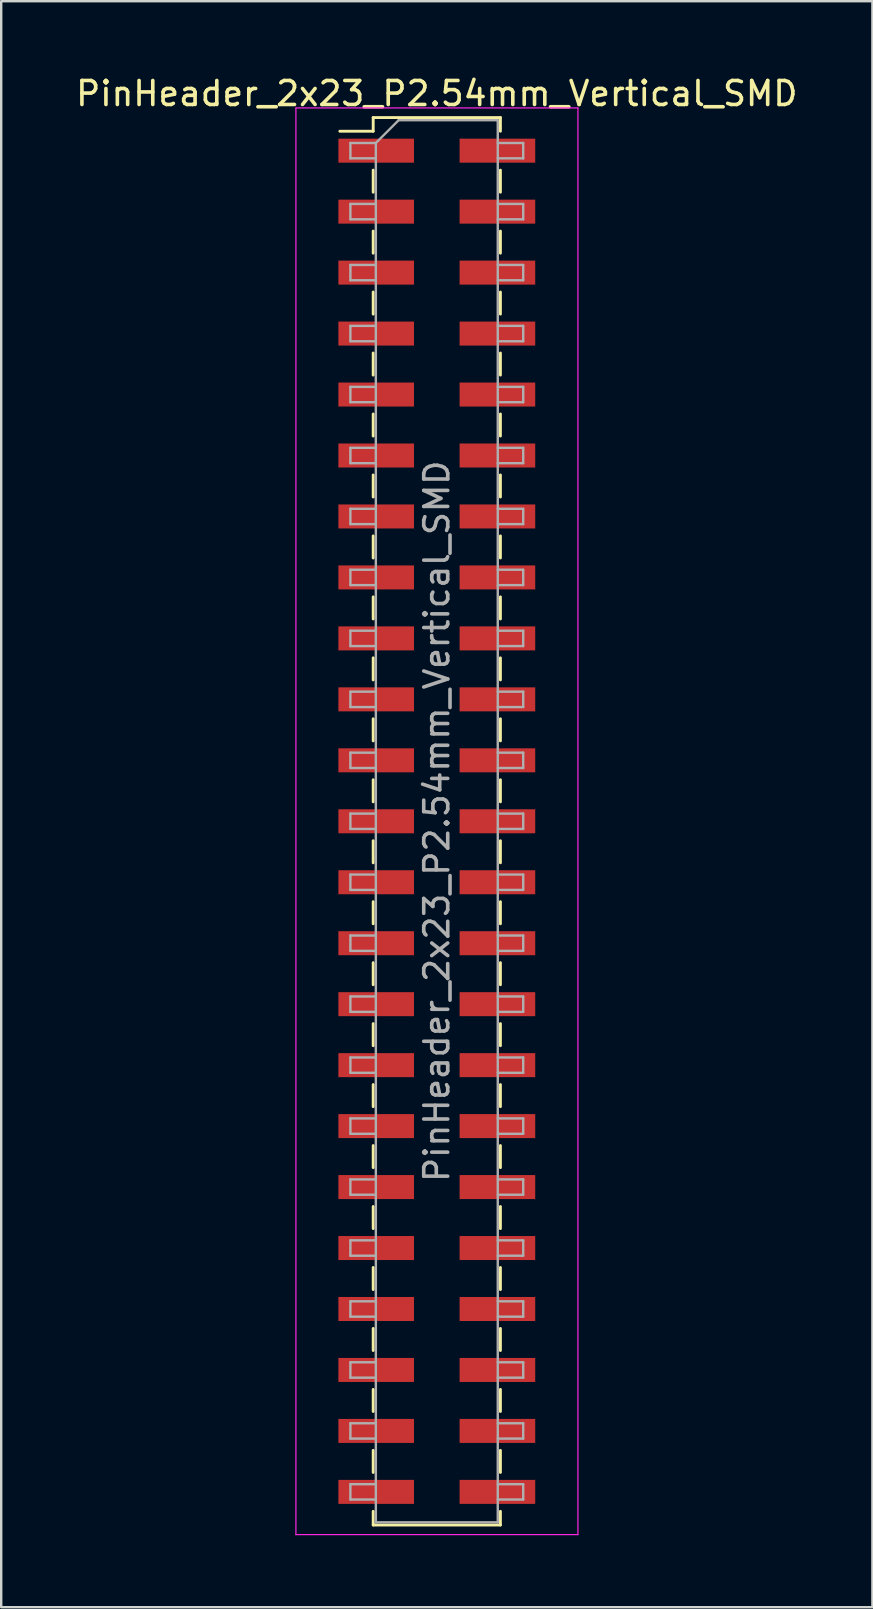
<source format=kicad_pcb>
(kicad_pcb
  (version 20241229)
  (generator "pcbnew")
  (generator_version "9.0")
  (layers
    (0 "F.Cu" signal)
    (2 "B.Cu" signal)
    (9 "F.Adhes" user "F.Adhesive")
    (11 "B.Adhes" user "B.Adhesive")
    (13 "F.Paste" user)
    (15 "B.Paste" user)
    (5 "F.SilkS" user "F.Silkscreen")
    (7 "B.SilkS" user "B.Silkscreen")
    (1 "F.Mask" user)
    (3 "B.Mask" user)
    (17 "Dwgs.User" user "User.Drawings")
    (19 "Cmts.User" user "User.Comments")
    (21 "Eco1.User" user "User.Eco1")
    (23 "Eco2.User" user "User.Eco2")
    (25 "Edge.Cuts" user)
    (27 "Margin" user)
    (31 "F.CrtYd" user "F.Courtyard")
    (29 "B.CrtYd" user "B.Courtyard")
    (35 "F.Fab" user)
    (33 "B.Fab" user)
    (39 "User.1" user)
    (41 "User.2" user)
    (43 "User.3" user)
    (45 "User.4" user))
  (footprint "PinHeader_2x23_P2.54mm_Vertical_SMD"
    (layer "F.Cu")
    (at 15.149 31.168)
    (property "Reference" "PinHeader_2x23_P2.54mm_Vertical_SMD" (at 0 -30.32 0) (layer "F.SilkS") (effects (font (size 1 1) (thickness 0.15))))
    (attr smd)
    (fp_line (start -4.04 -28.75) (end -2.65 -28.75) (stroke (width 0.12) (type solid)) (layer "F.SilkS"))
    (fp_line (start -2.65 -29.32) (end -2.65 -28.75) (stroke (width 0.12) (type solid)) (layer "F.SilkS"))
    (fp_line (start -2.65 -29.32) (end 2.65 -29.32) (stroke (width 0.12) (type solid)) (layer "F.SilkS"))
    (fp_line (start -2.65 -27.13) (end -2.65 -26.21) (stroke (width 0.12) (type solid)) (layer "F.SilkS"))
    (fp_line (start -2.65 -24.59) (end -2.65 -23.67) (stroke (width 0.12) (type solid)) (layer "F.SilkS"))
    (fp_line (start -2.65 -22.05) (end -2.65 -21.13) (stroke (width 0.12) (type solid)) (layer "F.SilkS"))
    (fp_line (start -2.65 -19.51) (end -2.65 -18.59) (stroke (width 0.12) (type solid)) (layer "F.SilkS"))
    (fp_line (start -2.65 -16.97) (end -2.65 -16.05) (stroke (width 0.12) (type solid)) (layer "F.SilkS"))
    (fp_line (start -2.65 -14.43) (end -2.65 -13.51) (stroke (width 0.12) (type solid)) (layer "F.SilkS"))
    (fp_line (start -2.65 -11.89) (end -2.65 -10.97) (stroke (width 0.12) (type solid)) (layer "F.SilkS"))
    (fp_line (start -2.65 -9.35) (end -2.65 -8.43) (stroke (width 0.12) (type solid)) (layer "F.SilkS"))
    (fp_line (start -2.65 -6.81) (end -2.65 -5.89) (stroke (width 0.12) (type solid)) (layer "F.SilkS"))
    (fp_line (start -2.65 -4.27) (end -2.65 -3.35) (stroke (width 0.12) (type solid)) (layer "F.SilkS"))
    (fp_line (start -2.65 -1.73) (end -2.65 -0.81) (stroke (width 0.12) (type solid)) (layer "F.SilkS"))
    (fp_line (start -2.65 0.81) (end -2.65 1.73) (stroke (width 0.12) (type solid)) (layer "F.SilkS"))
    (fp_line (start -2.65 3.35) (end -2.65 4.27) (stroke (width 0.12) (type solid)) (layer "F.SilkS"))
    (fp_line (start -2.65 5.89) (end -2.65 6.81) (stroke (width 0.12) (type solid)) (layer "F.SilkS"))
    (fp_line (start -2.65 8.43) (end -2.65 9.35) (stroke (width 0.12) (type solid)) (layer "F.SilkS"))
    (fp_line (start -2.65 10.97) (end -2.65 11.89) (stroke (width 0.12) (type solid)) (layer "F.SilkS"))
    (fp_line (start -2.65 13.51) (end -2.65 14.43) (stroke (width 0.12) (type solid)) (layer "F.SilkS"))
    (fp_line (start -2.65 16.05) (end -2.65 16.97) (stroke (width 0.12) (type solid)) (layer "F.SilkS"))
    (fp_line (start -2.65 18.59) (end -2.65 19.51) (stroke (width 0.12) (type solid)) (layer "F.SilkS"))
    (fp_line (start -2.65 21.13) (end -2.65 22.05) (stroke (width 0.12) (type solid)) (layer "F.SilkS"))
    (fp_line (start -2.65 23.67) (end -2.65 24.59) (stroke (width 0.12) (type solid)) (layer "F.SilkS"))
    (fp_line (start -2.65 26.21) (end -2.65 27.13) (stroke (width 0.12) (type solid)) (layer "F.SilkS"))
    (fp_line (start -2.65 28.75) (end -2.65 29.32) (stroke (width 0.12) (type solid)) (layer "F.SilkS"))
    (fp_line (start -2.65 29.32) (end 2.65 29.32) (stroke (width 0.12) (type solid)) (layer "F.SilkS"))
    (fp_line (start 2.65 -29.32) (end 2.65 -28.75) (stroke (width 0.12) (type solid)) (layer "F.SilkS"))
    (fp_line (start 2.65 -27.13) (end 2.65 -26.21) (stroke (width 0.12) (type solid)) (layer "F.SilkS"))
    (fp_line (start 2.65 -24.59) (end 2.65 -23.67) (stroke (width 0.12) (type solid)) (layer "F.SilkS"))
    (fp_line (start 2.65 -22.05) (end 2.65 -21.13) (stroke (width 0.12) (type solid)) (layer "F.SilkS"))
    (fp_line (start 2.65 -19.51) (end 2.65 -18.59) (stroke (width 0.12) (type solid)) (layer "F.SilkS"))
    (fp_line (start 2.65 -16.97) (end 2.65 -16.05) (stroke (width 0.12) (type solid)) (layer "F.SilkS"))
    (fp_line (start 2.65 -14.43) (end 2.65 -13.51) (stroke (width 0.12) (type solid)) (layer "F.SilkS"))
    (fp_line (start 2.65 -11.89) (end 2.65 -10.97) (stroke (width 0.12) (type solid)) (layer "F.SilkS"))
    (fp_line (start 2.65 -9.35) (end 2.65 -8.43) (stroke (width 0.12) (type solid)) (layer "F.SilkS"))
    (fp_line (start 2.65 -6.81) (end 2.65 -5.89) (stroke (width 0.12) (type solid)) (layer "F.SilkS"))
    (fp_line (start 2.65 -4.27) (end 2.65 -3.35) (stroke (width 0.12) (type solid)) (layer "F.SilkS"))
    (fp_line (start 2.65 -1.73) (end 2.65 -0.81) (stroke (width 0.12) (type solid)) (layer "F.SilkS"))
    (fp_line (start 2.65 0.81) (end 2.65 1.73) (stroke (width 0.12) (type solid)) (layer "F.SilkS"))
    (fp_line (start 2.65 3.35) (end 2.65 4.27) (stroke (width 0.12) (type solid)) (layer "F.SilkS"))
    (fp_line (start 2.65 5.89) (end 2.65 6.81) (stroke (width 0.12) (type solid)) (layer "F.SilkS"))
    (fp_line (start 2.65 8.43) (end 2.65 9.35) (stroke (width 0.12) (type solid)) (layer "F.SilkS"))
    (fp_line (start 2.65 10.97) (end 2.65 11.89) (stroke (width 0.12) (type solid)) (layer "F.SilkS"))
    (fp_line (start 2.65 13.51) (end 2.65 14.43) (stroke (width 0.12) (type solid)) (layer "F.SilkS"))
    (fp_line (start 2.65 16.05) (end 2.65 16.97) (stroke (width 0.12) (type solid)) (layer "F.SilkS"))
    (fp_line (start 2.65 18.59) (end 2.65 19.51) (stroke (width 0.12) (type solid)) (layer "F.SilkS"))
    (fp_line (start 2.65 21.13) (end 2.65 22.05) (stroke (width 0.12) (type solid)) (layer "F.SilkS"))
    (fp_line (start 2.65 23.67) (end 2.65 24.59) (stroke (width 0.12) (type solid)) (layer "F.SilkS"))
    (fp_line (start 2.65 26.21) (end 2.65 27.13) (stroke (width 0.12) (type solid)) (layer "F.SilkS"))
    (fp_line (start 2.65 28.75) (end 2.65 29.32) (stroke (width 0.12) (type solid)) (layer "F.SilkS"))
    (fp_line (start -5.87 -29.72) (end -5.87 29.72) (stroke (width 0.05) (type solid)) (layer "F.CrtYd"))
    (fp_line (start -5.87 29.72) (end 5.88 29.72) (stroke (width 0.05) (type solid)) (layer "F.CrtYd"))
    (fp_line (start 5.88 -29.72) (end -5.87 -29.72) (stroke (width 0.05) (type solid)) (layer "F.CrtYd"))
    (fp_line (start 5.88 29.72) (end 5.88 -29.72) (stroke (width 0.05) (type solid)) (layer "F.CrtYd"))
    (fp_line (start -3.6 -28.26) (end -3.6 -27.62) (stroke (width 0.1) (type solid)) (layer "F.Fab"))
    (fp_line (start -3.6 -27.62) (end -2.54 -27.62) (stroke (width 0.1) (type solid)) (layer "F.Fab"))
    (fp_line (start -3.6 -25.72) (end -3.6 -25.08) (stroke (width 0.1) (type solid)) (layer "F.Fab"))
    (fp_line (start -3.6 -25.08) (end -2.54 -25.08) (stroke (width 0.1) (type solid)) (layer "F.Fab"))
    (fp_line (start -3.6 -23.18) (end -3.6 -22.54) (stroke (width 0.1) (type solid)) (layer "F.Fab"))
    (fp_line (start -3.6 -22.54) (end -2.54 -22.54) (stroke (width 0.1) (type solid)) (layer "F.Fab"))
    (fp_line (start -3.6 -20.64) (end -3.6 -20) (stroke (width 0.1) (type solid)) (layer "F.Fab"))
    (fp_line (start -3.6 -20) (end -2.54 -20) (stroke (width 0.1) (type solid)) (layer "F.Fab"))
    (fp_line (start -3.6 -18.1) (end -3.6 -17.46) (stroke (width 0.1) (type solid)) (layer "F.Fab"))
    (fp_line (start -3.6 -17.46) (end -2.54 -17.46) (stroke (width 0.1) (type solid)) (layer "F.Fab"))
    (fp_line (start -3.6 -15.56) (end -3.6 -14.92) (stroke (width 0.1) (type solid)) (layer "F.Fab"))
    (fp_line (start -3.6 -14.92) (end -2.54 -14.92) (stroke (width 0.1) (type solid)) (layer "F.Fab"))
    (fp_line (start -3.6 -13.02) (end -3.6 -12.38) (stroke (width 0.1) (type solid)) (layer "F.Fab"))
    (fp_line (start -3.6 -12.38) (end -2.54 -12.38) (stroke (width 0.1) (type solid)) (layer "F.Fab"))
    (fp_line (start -3.6 -10.48) (end -3.6 -9.84) (stroke (width 0.1) (type solid)) (layer "F.Fab"))
    (fp_line (start -3.6 -9.84) (end -2.54 -9.84) (stroke (width 0.1) (type solid)) (layer "F.Fab"))
    (fp_line (start -3.6 -7.94) (end -3.6 -7.3) (stroke (width 0.1) (type solid)) (layer "F.Fab"))
    (fp_line (start -3.6 -7.3) (end -2.54 -7.3) (stroke (width 0.1) (type solid)) (layer "F.Fab"))
    (fp_line (start -3.6 -5.4) (end -3.6 -4.76) (stroke (width 0.1) (type solid)) (layer "F.Fab"))
    (fp_line (start -3.6 -4.76) (end -2.54 -4.76) (stroke (width 0.1) (type solid)) (layer "F.Fab"))
    (fp_line (start -3.6 -2.86) (end -3.6 -2.22) (stroke (width 0.1) (type solid)) (layer "F.Fab"))
    (fp_line (start -3.6 -2.22) (end -2.54 -2.22) (stroke (width 0.1) (type solid)) (layer "F.Fab"))
    (fp_line (start -3.6 -0.32) (end -3.6 0.32) (stroke (width 0.1) (type solid)) (layer "F.Fab"))
    (fp_line (start -3.6 0.32) (end -2.54 0.32) (stroke (width 0.1) (type solid)) (layer "F.Fab"))
    (fp_line (start -3.6 2.22) (end -3.6 2.86) (stroke (width 0.1) (type solid)) (layer "F.Fab"))
    (fp_line (start -3.6 2.86) (end -2.54 2.86) (stroke (width 0.1) (type solid)) (layer "F.Fab"))
    (fp_line (start -3.6 4.76) (end -3.6 5.4) (stroke (width 0.1) (type solid)) (layer "F.Fab"))
    (fp_line (start -3.6 5.4) (end -2.54 5.4) (stroke (width 0.1) (type solid)) (layer "F.Fab"))
    (fp_line (start -3.6 7.3) (end -3.6 7.94) (stroke (width 0.1) (type solid)) (layer "F.Fab"))
    (fp_line (start -3.6 7.94) (end -2.54 7.94) (stroke (width 0.1) (type solid)) (layer "F.Fab"))
    (fp_line (start -3.6 9.84) (end -3.6 10.48) (stroke (width 0.1) (type solid)) (layer "F.Fab"))
    (fp_line (start -3.6 10.48) (end -2.54 10.48) (stroke (width 0.1) (type solid)) (layer "F.Fab"))
    (fp_line (start -3.6 12.38) (end -3.6 13.02) (stroke (width 0.1) (type solid)) (layer "F.Fab"))
    (fp_line (start -3.6 13.02) (end -2.54 13.02) (stroke (width 0.1) (type solid)) (layer "F.Fab"))
    (fp_line (start -3.6 14.92) (end -3.6 15.56) (stroke (width 0.1) (type solid)) (layer "F.Fab"))
    (fp_line (start -3.6 15.56) (end -2.54 15.56) (stroke (width 0.1) (type solid)) (layer "F.Fab"))
    (fp_line (start -3.6 17.46) (end -3.6 18.1) (stroke (width 0.1) (type solid)) (layer "F.Fab"))
    (fp_line (start -3.6 18.1) (end -2.54 18.1) (stroke (width 0.1) (type solid)) (layer "F.Fab"))
    (fp_line (start -3.6 20) (end -3.6 20.64) (stroke (width 0.1) (type solid)) (layer "F.Fab"))
    (fp_line (start -3.6 20.64) (end -2.54 20.64) (stroke (width 0.1) (type solid)) (layer "F.Fab"))
    (fp_line (start -3.6 22.54) (end -3.6 23.18) (stroke (width 0.1) (type solid)) (layer "F.Fab"))
    (fp_line (start -3.6 23.18) (end -2.54 23.18) (stroke (width 0.1) (type solid)) (layer "F.Fab"))
    (fp_line (start -3.6 25.08) (end -3.6 25.72) (stroke (width 0.1) (type solid)) (layer "F.Fab"))
    (fp_line (start -3.6 25.72) (end -2.54 25.72) (stroke (width 0.1) (type solid)) (layer "F.Fab"))
    (fp_line (start -3.6 27.62) (end -3.6 28.26) (stroke (width 0.1) (type solid)) (layer "F.Fab"))
    (fp_line (start -3.6 28.26) (end -2.54 28.26) (stroke (width 0.1) (type solid)) (layer "F.Fab"))
    (fp_line (start -2.54 -28.26) (end -3.6 -28.26) (stroke (width 0.1) (type solid)) (layer "F.Fab"))
    (fp_line (start -2.54 -28.26) (end -1.59 -29.21) (stroke (width 0.1) (type solid)) (layer "F.Fab"))
    (fp_line (start -2.54 -25.72) (end -3.6 -25.72) (stroke (width 0.1) (type solid)) (layer "F.Fab"))
    (fp_line (start -2.54 -23.18) (end -3.6 -23.18) (stroke (width 0.1) (type solid)) (layer "F.Fab"))
    (fp_line (start -2.54 -20.64) (end -3.6 -20.64) (stroke (width 0.1) (type solid)) (layer "F.Fab"))
    (fp_line (start -2.54 -18.1) (end -3.6 -18.1) (stroke (width 0.1) (type solid)) (layer "F.Fab"))
    (fp_line (start -2.54 -15.56) (end -3.6 -15.56) (stroke (width 0.1) (type solid)) (layer "F.Fab"))
    (fp_line (start -2.54 -13.02) (end -3.6 -13.02) (stroke (width 0.1) (type solid)) (layer "F.Fab"))
    (fp_line (start -2.54 -10.48) (end -3.6 -10.48) (stroke (width 0.1) (type solid)) (layer "F.Fab"))
    (fp_line (start -2.54 -7.94) (end -3.6 -7.94) (stroke (width 0.1) (type solid)) (layer "F.Fab"))
    (fp_line (start -2.54 -5.4) (end -3.6 -5.4) (stroke (width 0.1) (type solid)) (layer "F.Fab"))
    (fp_line (start -2.54 -2.86) (end -3.6 -2.86) (stroke (width 0.1) (type solid)) (layer "F.Fab"))
    (fp_line (start -2.54 -0.32) (end -3.6 -0.32) (stroke (width 0.1) (type solid)) (layer "F.Fab"))
    (fp_line (start -2.54 2.22) (end -3.6 2.22) (stroke (width 0.1) (type solid)) (layer "F.Fab"))
    (fp_line (start -2.54 4.76) (end -3.6 4.76) (stroke (width 0.1) (type solid)) (layer "F.Fab"))
    (fp_line (start -2.54 7.3) (end -3.6 7.3) (stroke (width 0.1) (type solid)) (layer "F.Fab"))
    (fp_line (start -2.54 9.84) (end -3.6 9.84) (stroke (width 0.1) (type solid)) (layer "F.Fab"))
    (fp_line (start -2.54 12.38) (end -3.6 12.38) (stroke (width 0.1) (type solid)) (layer "F.Fab"))
    (fp_line (start -2.54 14.92) (end -3.6 14.92) (stroke (width 0.1) (type solid)) (layer "F.Fab"))
    (fp_line (start -2.54 17.46) (end -3.6 17.46) (stroke (width 0.1) (type solid)) (layer "F.Fab"))
    (fp_line (start -2.54 20) (end -3.6 20) (stroke (width 0.1) (type solid)) (layer "F.Fab"))
    (fp_line (start -2.54 22.54) (end -3.6 22.54) (stroke (width 0.1) (type solid)) (layer "F.Fab"))
    (fp_line (start -2.54 25.08) (end -3.6 25.08) (stroke (width 0.1) (type solid)) (layer "F.Fab"))
    (fp_line (start -2.54 27.62) (end -3.6 27.62) (stroke (width 0.1) (type solid)) (layer "F.Fab"))
    (fp_line (start -2.54 29.21) (end -2.54 -28.26) (stroke (width 0.1) (type solid)) (layer "F.Fab"))
    (fp_line (start -1.59 -29.21) (end 2.54 -29.21) (stroke (width 0.1) (type solid)) (layer "F.Fab"))
    (fp_line (start 2.54 -29.21) (end 2.54 29.21) (stroke (width 0.1) (type solid)) (layer "F.Fab"))
    (fp_line (start 2.54 -28.26) (end 3.6 -28.26) (stroke (width 0.1) (type solid)) (layer "F.Fab"))
    (fp_line (start 2.54 -25.72) (end 3.6 -25.72) (stroke (width 0.1) (type solid)) (layer "F.Fab"))
    (fp_line (start 2.54 -23.18) (end 3.6 -23.18) (stroke (width 0.1) (type solid)) (layer "F.Fab"))
    (fp_line (start 2.54 -20.64) (end 3.6 -20.64) (stroke (width 0.1) (type solid)) (layer "F.Fab"))
    (fp_line (start 2.54 -18.1) (end 3.6 -18.1) (stroke (width 0.1) (type solid)) (layer "F.Fab"))
    (fp_line (start 2.54 -15.56) (end 3.6 -15.56) (stroke (width 0.1) (type solid)) (layer "F.Fab"))
    (fp_line (start 2.54 -13.02) (end 3.6 -13.02) (stroke (width 0.1) (type solid)) (layer "F.Fab"))
    (fp_line (start 2.54 -10.48) (end 3.6 -10.48) (stroke (width 0.1) (type solid)) (layer "F.Fab"))
    (fp_line (start 2.54 -7.94) (end 3.6 -7.94) (stroke (width 0.1) (type solid)) (layer "F.Fab"))
    (fp_line (start 2.54 -5.4) (end 3.6 -5.4) (stroke (width 0.1) (type solid)) (layer "F.Fab"))
    (fp_line (start 2.54 -2.86) (end 3.6 -2.86) (stroke (width 0.1) (type solid)) (layer "F.Fab"))
    (fp_line (start 2.54 -0.32) (end 3.6 -0.32) (stroke (width 0.1) (type solid)) (layer "F.Fab"))
    (fp_line (start 2.54 2.22) (end 3.6 2.22) (stroke (width 0.1) (type solid)) (layer "F.Fab"))
    (fp_line (start 2.54 4.76) (end 3.6 4.76) (stroke (width 0.1) (type solid)) (layer "F.Fab"))
    (fp_line (start 2.54 7.3) (end 3.6 7.3) (stroke (width 0.1) (type solid)) (layer "F.Fab"))
    (fp_line (start 2.54 9.84) (end 3.6 9.84) (stroke (width 0.1) (type solid)) (layer "F.Fab"))
    (fp_line (start 2.54 12.38) (end 3.6 12.38) (stroke (width 0.1) (type solid)) (layer "F.Fab"))
    (fp_line (start 2.54 14.92) (end 3.6 14.92) (stroke (width 0.1) (type solid)) (layer "F.Fab"))
    (fp_line (start 2.54 17.46) (end 3.6 17.46) (stroke (width 0.1) (type solid)) (layer "F.Fab"))
    (fp_line (start 2.54 20) (end 3.6 20) (stroke (width 0.1) (type solid)) (layer "F.Fab"))
    (fp_line (start 2.54 22.54) (end 3.6 22.54) (stroke (width 0.1) (type solid)) (layer "F.Fab"))
    (fp_line (start 2.54 25.08) (end 3.6 25.08) (stroke (width 0.1) (type solid)) (layer "F.Fab"))
    (fp_line (start 2.54 27.62) (end 3.6 27.62) (stroke (width 0.1) (type solid)) (layer "F.Fab"))
    (fp_line (start 2.54 29.21) (end -2.54 29.21) (stroke (width 0.1) (type solid)) (layer "F.Fab"))
    (fp_line (start 3.6 -28.26) (end 3.6 -27.62) (stroke (width 0.1) (type solid)) (layer "F.Fab"))
    (fp_line (start 3.6 -27.62) (end 2.54 -27.62) (stroke (width 0.1) (type solid)) (layer "F.Fab"))
    (fp_line (start 3.6 -25.72) (end 3.6 -25.08) (stroke (width 0.1) (type solid)) (layer "F.Fab"))
    (fp_line (start 3.6 -25.08) (end 2.54 -25.08) (stroke (width 0.1) (type solid)) (layer "F.Fab"))
    (fp_line (start 3.6 -23.18) (end 3.6 -22.54) (stroke (width 0.1) (type solid)) (layer "F.Fab"))
    (fp_line (start 3.6 -22.54) (end 2.54 -22.54) (stroke (width 0.1) (type solid)) (layer "F.Fab"))
    (fp_line (start 3.6 -20.64) (end 3.6 -20) (stroke (width 0.1) (type solid)) (layer "F.Fab"))
    (fp_line (start 3.6 -20) (end 2.54 -20) (stroke (width 0.1) (type solid)) (layer "F.Fab"))
    (fp_line (start 3.6 -18.1) (end 3.6 -17.46) (stroke (width 0.1) (type solid)) (layer "F.Fab"))
    (fp_line (start 3.6 -17.46) (end 2.54 -17.46) (stroke (width 0.1) (type solid)) (layer "F.Fab"))
    (fp_line (start 3.6 -15.56) (end 3.6 -14.92) (stroke (width 0.1) (type solid)) (layer "F.Fab"))
    (fp_line (start 3.6 -14.92) (end 2.54 -14.92) (stroke (width 0.1) (type solid)) (layer "F.Fab"))
    (fp_line (start 3.6 -13.02) (end 3.6 -12.38) (stroke (width 0.1) (type solid)) (layer "F.Fab"))
    (fp_line (start 3.6 -12.38) (end 2.54 -12.38) (stroke (width 0.1) (type solid)) (layer "F.Fab"))
    (fp_line (start 3.6 -10.48) (end 3.6 -9.84) (stroke (width 0.1) (type solid)) (layer "F.Fab"))
    (fp_line (start 3.6 -9.84) (end 2.54 -9.84) (stroke (width 0.1) (type solid)) (layer "F.Fab"))
    (fp_line (start 3.6 -7.94) (end 3.6 -7.3) (stroke (width 0.1) (type solid)) (layer "F.Fab"))
    (fp_line (start 3.6 -7.3) (end 2.54 -7.3) (stroke (width 0.1) (type solid)) (layer "F.Fab"))
    (fp_line (start 3.6 -5.4) (end 3.6 -4.76) (stroke (width 0.1) (type solid)) (layer "F.Fab"))
    (fp_line (start 3.6 -4.76) (end 2.54 -4.76) (stroke (width 0.1) (type solid)) (layer "F.Fab"))
    (fp_line (start 3.6 -2.86) (end 3.6 -2.22) (stroke (width 0.1) (type solid)) (layer "F.Fab"))
    (fp_line (start 3.6 -2.22) (end 2.54 -2.22) (stroke (width 0.1) (type solid)) (layer "F.Fab"))
    (fp_line (start 3.6 -0.32) (end 3.6 0.32) (stroke (width 0.1) (type solid)) (layer "F.Fab"))
    (fp_line (start 3.6 0.32) (end 2.54 0.32) (stroke (width 0.1) (type solid)) (layer "F.Fab"))
    (fp_line (start 3.6 2.22) (end 3.6 2.86) (stroke (width 0.1) (type solid)) (layer "F.Fab"))
    (fp_line (start 3.6 2.86) (end 2.54 2.86) (stroke (width 0.1) (type solid)) (layer "F.Fab"))
    (fp_line (start 3.6 4.76) (end 3.6 5.4) (stroke (width 0.1) (type solid)) (layer "F.Fab"))
    (fp_line (start 3.6 5.4) (end 2.54 5.4) (stroke (width 0.1) (type solid)) (layer "F.Fab"))
    (fp_line (start 3.6 7.3) (end 3.6 7.94) (stroke (width 0.1) (type solid)) (layer "F.Fab"))
    (fp_line (start 3.6 7.94) (end 2.54 7.94) (stroke (width 0.1) (type solid)) (layer "F.Fab"))
    (fp_line (start 3.6 9.84) (end 3.6 10.48) (stroke (width 0.1) (type solid)) (layer "F.Fab"))
    (fp_line (start 3.6 10.48) (end 2.54 10.48) (stroke (width 0.1) (type solid)) (layer "F.Fab"))
    (fp_line (start 3.6 12.38) (end 3.6 13.02) (stroke (width 0.1) (type solid)) (layer "F.Fab"))
    (fp_line (start 3.6 13.02) (end 2.54 13.02) (stroke (width 0.1) (type solid)) (layer "F.Fab"))
    (fp_line (start 3.6 14.92) (end 3.6 15.56) (stroke (width 0.1) (type solid)) (layer "F.Fab"))
    (fp_line (start 3.6 15.56) (end 2.54 15.56) (stroke (width 0.1) (type solid)) (layer "F.Fab"))
    (fp_line (start 3.6 17.46) (end 3.6 18.1) (stroke (width 0.1) (type solid)) (layer "F.Fab"))
    (fp_line (start 3.6 18.1) (end 2.54 18.1) (stroke (width 0.1) (type solid)) (layer "F.Fab"))
    (fp_line (start 3.6 20) (end 3.6 20.64) (stroke (width 0.1) (type solid)) (layer "F.Fab"))
    (fp_line (start 3.6 20.64) (end 2.54 20.64) (stroke (width 0.1) (type solid)) (layer "F.Fab"))
    (fp_line (start 3.6 22.54) (end 3.6 23.18) (stroke (width 0.1) (type solid)) (layer "F.Fab"))
    (fp_line (start 3.6 23.18) (end 2.54 23.18) (stroke (width 0.1) (type solid)) (layer "F.Fab"))
    (fp_line (start 3.6 25.08) (end 3.6 25.72) (stroke (width 0.1) (type solid)) (layer "F.Fab"))
    (fp_line (start 3.6 25.72) (end 2.54 25.72) (stroke (width 0.1) (type solid)) (layer "F.Fab"))
    (fp_line (start 3.6 27.62) (end 3.6 28.26) (stroke (width 0.1) (type solid)) (layer "F.Fab"))
    (fp_line (start 3.6 28.26) (end 2.54 28.26) (stroke (width 0.1) (type solid)) (layer "F.Fab"))
    (fp_text user "${REFERENCE}" (at 0 0 90) (layer "F.Fab") (effects (font (size 1 1) (thickness 0.15))))
    (pad "1" smd rect (at -2.525 -27.94) (size 3.15 1) (layers "F.Cu" "F.Mask" "F.Paste"))
    (pad "2" smd rect (at 2.525 -27.94) (size 3.15 1) (layers "F.Cu" "F.Mask" "F.Paste"))
    (pad "3" smd rect (at -2.525 -25.4) (size 3.15 1) (layers "F.Cu" "F.Mask" "F.Paste"))
    (pad "4" smd rect (at 2.525 -25.4) (size 3.15 1) (layers "F.Cu" "F.Mask" "F.Paste"))
    (pad "5" smd rect (at -2.525 -22.86) (size 3.15 1) (layers "F.Cu" "F.Mask" "F.Paste"))
    (pad "6" smd rect (at 2.525 -22.86) (size 3.15 1) (layers "F.Cu" "F.Mask" "F.Paste"))
    (pad "7" smd rect (at -2.525 -20.32) (size 3.15 1) (layers "F.Cu" "F.Mask" "F.Paste"))
    (pad "8" smd rect (at 2.525 -20.32) (size 3.15 1) (layers "F.Cu" "F.Mask" "F.Paste"))
    (pad "9" smd rect (at -2.525 -17.78) (size 3.15 1) (layers "F.Cu" "F.Mask" "F.Paste"))
    (pad "10" smd rect (at 2.525 -17.78) (size 3.15 1) (layers "F.Cu" "F.Mask" "F.Paste"))
    (pad "11" smd rect (at -2.525 -15.24) (size 3.15 1) (layers "F.Cu" "F.Mask" "F.Paste"))
    (pad "12" smd rect (at 2.525 -15.24) (size 3.15 1) (layers "F.Cu" "F.Mask" "F.Paste"))
    (pad "13" smd rect (at -2.525 -12.7) (size 3.15 1) (layers "F.Cu" "F.Mask" "F.Paste"))
    (pad "14" smd rect (at 2.525 -12.7) (size 3.15 1) (layers "F.Cu" "F.Mask" "F.Paste"))
    (pad "15" smd rect (at -2.525 -10.16) (size 3.15 1) (layers "F.Cu" "F.Mask" "F.Paste"))
    (pad "16" smd rect (at 2.525 -10.16) (size 3.15 1) (layers "F.Cu" "F.Mask" "F.Paste"))
    (pad "17" smd rect (at -2.525 -7.62) (size 3.15 1) (layers "F.Cu" "F.Mask" "F.Paste"))
    (pad "18" smd rect (at 2.525 -7.62) (size 3.15 1) (layers "F.Cu" "F.Mask" "F.Paste"))
    (pad "19" smd rect (at -2.525 -5.08) (size 3.15 1) (layers "F.Cu" "F.Mask" "F.Paste"))
    (pad "20" smd rect (at 2.525 -5.08) (size 3.15 1) (layers "F.Cu" "F.Mask" "F.Paste"))
    (pad "21" smd rect (at -2.525 -2.54) (size 3.15 1) (layers "F.Cu" "F.Mask" "F.Paste"))
    (pad "22" smd rect (at 2.525 -2.54) (size 3.15 1) (layers "F.Cu" "F.Mask" "F.Paste"))
    (pad "23" smd rect (at -2.525 0) (size 3.15 1) (layers "F.Cu" "F.Mask" "F.Paste"))
    (pad "24" smd rect (at 2.525 0) (size 3.15 1) (layers "F.Cu" "F.Mask" "F.Paste"))
    (pad "25" smd rect (at -2.525 2.54) (size 3.15 1) (layers "F.Cu" "F.Mask" "F.Paste"))
    (pad "26" smd rect (at 2.525 2.54) (size 3.15 1) (layers "F.Cu" "F.Mask" "F.Paste"))
    (pad "27" smd rect (at -2.525 5.08) (size 3.15 1) (layers "F.Cu" "F.Mask" "F.Paste"))
    (pad "28" smd rect (at 2.525 5.08) (size 3.15 1) (layers "F.Cu" "F.Mask" "F.Paste"))
    (pad "29" smd rect (at -2.525 7.62) (size 3.15 1) (layers "F.Cu" "F.Mask" "F.Paste"))
    (pad "30" smd rect (at 2.525 7.62) (size 3.15 1) (layers "F.Cu" "F.Mask" "F.Paste"))
    (pad "31" smd rect (at -2.525 10.16) (size 3.15 1) (layers "F.Cu" "F.Mask" "F.Paste"))
    (pad "32" smd rect (at 2.525 10.16) (size 3.15 1) (layers "F.Cu" "F.Mask" "F.Paste"))
    (pad "33" smd rect (at -2.525 12.7) (size 3.15 1) (layers "F.Cu" "F.Mask" "F.Paste"))
    (pad "34" smd rect (at 2.525 12.7) (size 3.15 1) (layers "F.Cu" "F.Mask" "F.Paste"))
    (pad "35" smd rect (at -2.525 15.24) (size 3.15 1) (layers "F.Cu" "F.Mask" "F.Paste"))
    (pad "36" smd rect (at 2.525 15.24) (size 3.15 1) (layers "F.Cu" "F.Mask" "F.Paste"))
    (pad "37" smd rect (at -2.525 17.78) (size 3.15 1) (layers "F.Cu" "F.Mask" "F.Paste"))
    (pad "38" smd rect (at 2.525 17.78) (size 3.15 1) (layers "F.Cu" "F.Mask" "F.Paste"))
    (pad "39" smd rect (at -2.525 20.32) (size 3.15 1) (layers "F.Cu" "F.Mask" "F.Paste"))
    (pad "40" smd rect (at 2.525 20.32) (size 3.15 1) (layers "F.Cu" "F.Mask" "F.Paste"))
    (pad "41" smd rect (at -2.525 22.86) (size 3.15 1) (layers "F.Cu" "F.Mask" "F.Paste"))
    (pad "42" smd rect (at 2.525 22.86) (size 3.15 1) (layers "F.Cu" "F.Mask" "F.Paste"))
    (pad "43" smd rect (at -2.525 25.4) (size 3.15 1) (layers "F.Cu" "F.Mask" "F.Paste"))
    (pad "44" smd rect (at 2.525 25.4) (size 3.15 1) (layers "F.Cu" "F.Mask" "F.Paste"))
    (pad "45" smd rect (at -2.525 27.94) (size 3.15 1) (layers "F.Cu" "F.Mask" "F.Paste"))
    (pad "46" smd rect (at 2.525 27.94) (size 3.15 1) (layers "F.Cu" "F.Mask" "F.Paste")))
  (gr_rect
    (start -3 -3)
    (end 33.298 63.913)
    (stroke (width 0.1) (type default))
    (fill no)
    (layer "Edge.Cuts")))
</source>
